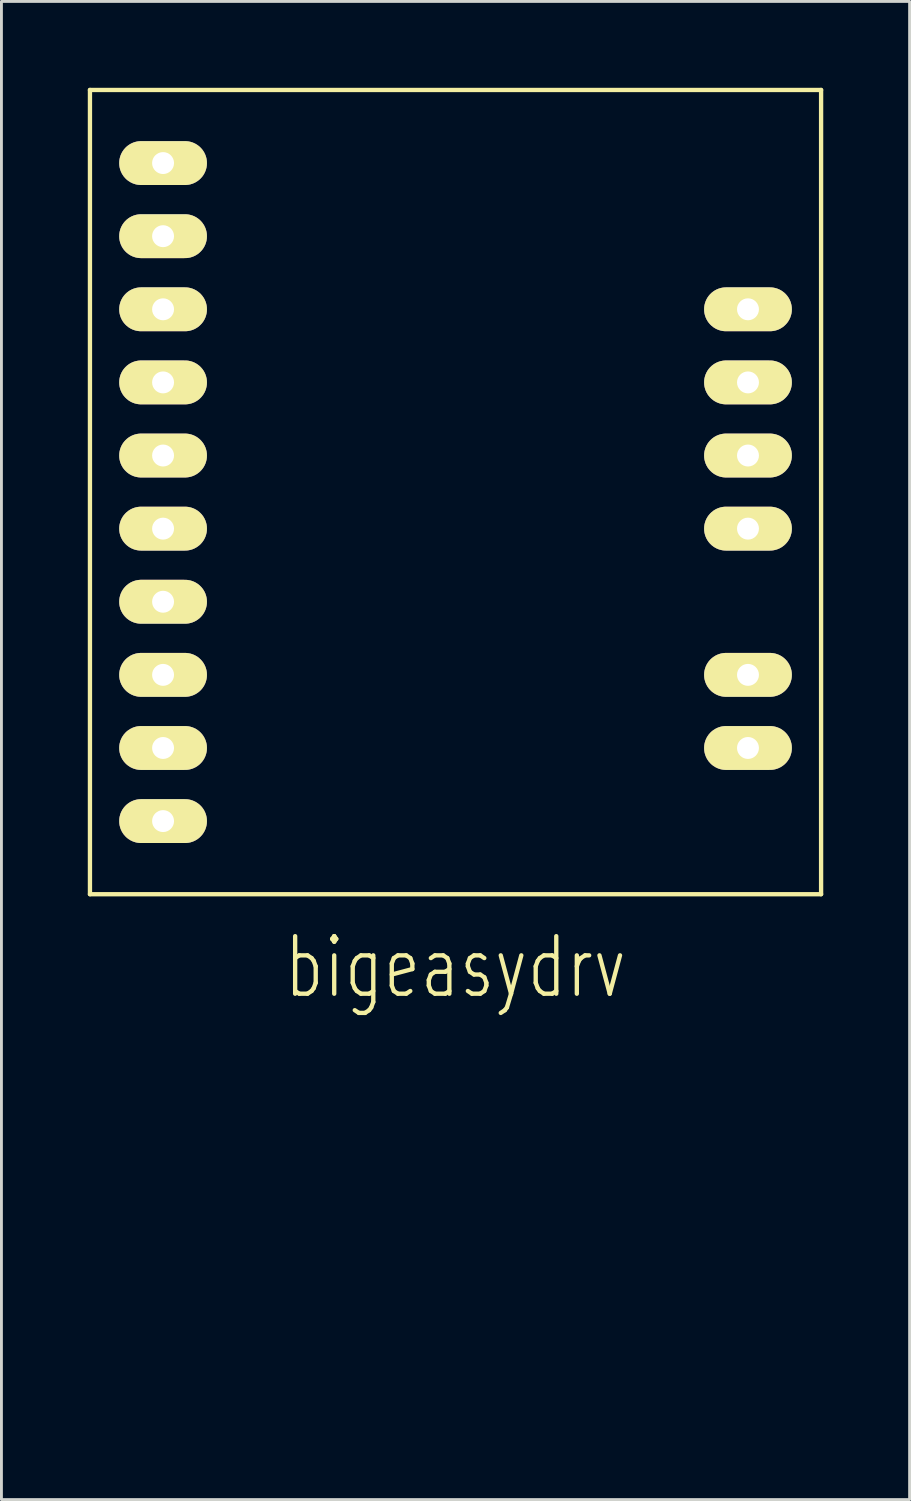
<source format=kicad_pcb>
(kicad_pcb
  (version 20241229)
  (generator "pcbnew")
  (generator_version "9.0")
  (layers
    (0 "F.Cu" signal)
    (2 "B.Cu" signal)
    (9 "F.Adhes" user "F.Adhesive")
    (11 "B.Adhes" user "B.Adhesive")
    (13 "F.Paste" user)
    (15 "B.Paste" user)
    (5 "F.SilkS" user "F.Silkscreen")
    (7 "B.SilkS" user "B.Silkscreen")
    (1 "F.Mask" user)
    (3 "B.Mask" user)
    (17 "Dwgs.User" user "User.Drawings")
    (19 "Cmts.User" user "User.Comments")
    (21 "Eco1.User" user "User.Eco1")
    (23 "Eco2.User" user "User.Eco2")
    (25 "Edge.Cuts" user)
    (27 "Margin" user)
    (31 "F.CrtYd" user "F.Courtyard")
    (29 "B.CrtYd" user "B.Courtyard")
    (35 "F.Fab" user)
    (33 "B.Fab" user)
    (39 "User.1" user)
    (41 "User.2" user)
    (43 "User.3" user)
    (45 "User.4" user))
  (footprint "bigeasydrv"
    (layer "F.Cu")
    (at 12.775 45.795)
    (property "Reference" "bigeasydrv" (at 0 -15.24 0) (layer "F.SilkS") (effects (font (size 2 1.5) (thickness 0.15))))
    (attr through_hole)
    (fp_line (start -12.7 -45.72) (end -12.7 -17.78) (stroke (width 0.15) (type solid)) (layer "F.SilkS"))
    (fp_line (start -12.7 -17.78) (end 12.7 -17.78) (stroke (width 0.15) (type solid)) (layer "F.SilkS"))
    (fp_line (start 12.7 -45.72) (end -12.7 -45.72) (stroke (width 0.15) (type solid)) (layer "F.SilkS"))
    (fp_line (start 12.7 -17.78) (end 12.7 -45.72) (stroke (width 0.15) (type solid)) (layer "F.SilkS"))
    (pad "1" thru_hole oval (at -10.16 -43.18) (size 3.048 1.524) (drill 0.762) (layers "*.Cu" "*.Mask" "F.SilkS"))
    (pad "2" thru_hole oval (at -10.16 -40.64) (size 3.048 1.524) (drill 0.762) (layers "*.Cu" "*.Mask" "F.SilkS"))
    (pad "3" thru_hole oval (at -10.16 -38.1) (size 3.048 1.524) (drill 0.762) (layers "*.Cu" "*.Mask" "F.SilkS"))
    (pad "4" thru_hole oval (at -10.16 -35.56) (size 3.048 1.524) (drill 0.762) (layers "*.Cu" "*.Mask" "F.SilkS"))
    (pad "5" thru_hole oval (at -10.16 -33.02) (size 3.048 1.524) (drill 0.762) (layers "*.Cu" "*.Mask" "F.SilkS"))
    (pad "6" thru_hole oval (at -10.16 -30.48) (size 3.048 1.524) (drill 0.762) (layers "*.Cu" "*.Mask" "F.SilkS"))
    (pad "7" thru_hole oval (at -10.16 -27.94) (size 3.048 1.524) (drill 0.762) (layers "*.Cu" "*.Mask" "F.SilkS"))
    (pad "8" thru_hole oval (at -10.16 -25.4) (size 3.048 1.524) (drill 0.762) (layers "*.Cu" "*.Mask" "F.SilkS"))
    (pad "9" thru_hole oval (at -10.16 -22.86) (size 3.048 1.524) (drill 0.762) (layers "*.Cu" "*.Mask" "F.SilkS"))
    (pad "10" thru_hole oval (at -10.16 -20.32) (size 3.048 1.524) (drill 0.762) (layers "*.Cu" "*.Mask" "F.SilkS"))
    (pad "11" thru_hole oval (at 10.16 -22.86) (size 3.048 1.524) (drill 0.762) (layers "*.Cu" "*.Mask" "F.SilkS"))
    (pad "12" thru_hole oval (at 10.16 -25.4) (size 3.048 1.524) (drill 0.762) (layers "*.Cu" "*.Mask" "F.SilkS"))
    (pad "13" thru_hole oval (at 10.16 -30.48) (size 3.048 1.524) (drill 0.762) (layers "*.Cu" "*.Mask" "F.SilkS"))
    (pad "14" thru_hole oval (at 10.16 -33.02) (size 3.048 1.524) (drill 0.762) (layers "*.Cu" "*.Mask" "F.SilkS"))
    (pad "15" thru_hole oval (at 10.16 -35.56) (size 3.048 1.524) (drill 0.762) (layers "*.Cu" "*.Mask" "F.SilkS"))
    (pad "16" thru_hole oval (at 10.16 -38.1) (size 3.048 1.524) (drill 0.762) (layers "*.Cu" "*.Mask" "F.SilkS")))
  (gr_rect
    (start -3 -3)
    (end 28.55 49.045)
    (stroke (width 0.1) (type default))
    (fill no)
    (layer "Edge.Cuts")))
</source>
